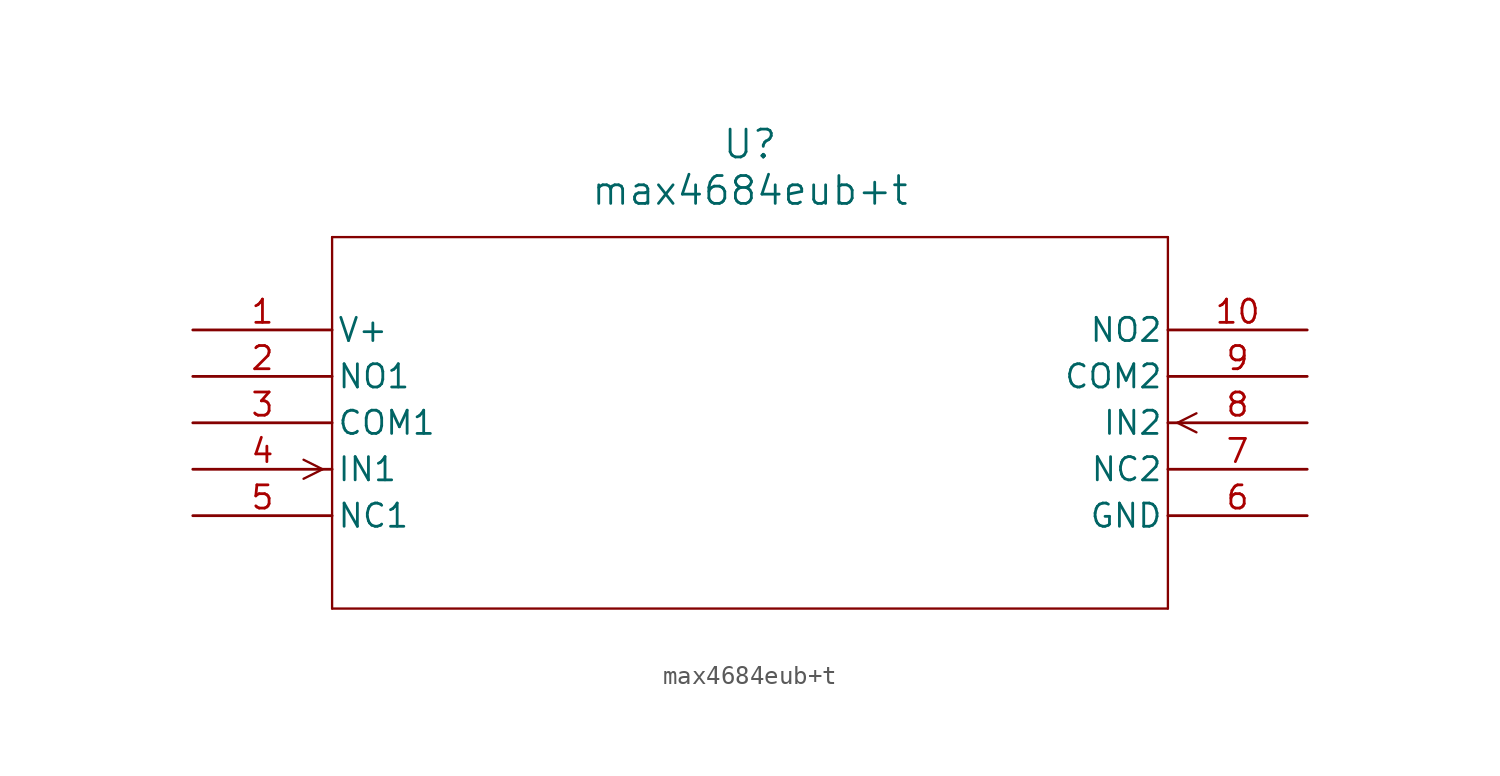
<source format=kicad_sym>
(kicad_symbol_lib
  (version 20211014)
  (generator kicad_symbol_editor)
  (symbol "max4684eub+t"
    (pin_names
      (offset 0.254))
    (property "Reference" "U"
      (at 30.48 10.16 0)
      (effects (font (size 1.524 1.524))))
    (property "Value" "max4684eub+t"
      (at 30.48 7.62 0)
      (effects (font (size 1.524 1.524))))
    (symbol "max4684eub+t_0_1"
      (polyline (pts (xy 7.099 -7.62) (xy 6.058 -7.099)) (stroke (width 0.127) (type default) (color 0 0 0 0)) (fill (type none)))
      (polyline (pts (xy 7.099 -7.62) (xy 6.058 -8.141)) (stroke (width 0.127) (type default) (color 0 0 0 0)) (fill (type none)))
      (polyline (pts (xy 53.861 -5.08) (xy 54.902 -4.559)) (stroke (width 0.127) (type default) (color 0 0 0 0)) (fill (type none)))
      (polyline (pts (xy 53.861 -5.08) (xy 54.902 -5.601)) (stroke (width 0.127) (type default) (color 0 0 0 0)) (fill (type none)))
      (polyline (pts (xy 7.62 5.08) (xy 7.62 -15.24)) (stroke (width 0.127) (type default) (color 0 0 0 0)) (fill (type none)))
      (polyline (pts (xy 7.62 -15.24) (xy 53.34 -15.24)) (stroke (width 0.127) (type default) (color 0 0 0 0)) (fill (type none)))
      (polyline (pts (xy 53.34 -15.24) (xy 53.34 5.08)) (stroke (width 0.127) (type default) (color 0 0 0 0)) (fill (type none)))
      (polyline (pts (xy 53.34 5.08) (xy 7.62 5.08)) (stroke (width 0.127) (type default) (color 0 0 0 0)) (fill (type none)))
      (pin power_in line (at 0 0 0) (length 7.62) (name "V+" (effects (font (size 1.27 1.27)))) (number "1" (effects (font (size 1.27 1.27)))))
      (pin unspecified line (at 0 -2.54 0) (length 7.62) (name "NO1" (effects (font (size 1.27 1.27)))) (number "2" (effects (font (size 1.27 1.27)))))
      (pin unspecified line (at 0 -5.08 0) (length 7.62) (name "COM1" (effects (font (size 1.27 1.27)))) (number "3" (effects (font (size 1.27 1.27)))))
      (pin input line (at 0 -7.62 0) (length 7.62) (name "IN1" (effects (font (size 1.27 1.27)))) (number "4" (effects (font (size 1.27 1.27)))))
      (pin unspecified line (at 0 -10.16 0) (length 7.62) (name "NC1" (effects (font (size 1.27 1.27)))) (number "5" (effects (font (size 1.27 1.27)))))
      (pin power_in line (at 60.96 -10.16 180) (length 7.62) (name "GND" (effects (font (size 1.27 1.27)))) (number "6" (effects (font (size 1.27 1.27)))))
      (pin unspecified line (at 60.96 -7.62 180) (length 7.62) (name "NC2" (effects (font (size 1.27 1.27)))) (number "7" (effects (font (size 1.27 1.27)))))
      (pin input line (at 60.96 -5.08 180) (length 7.62) (name "IN2" (effects (font (size 1.27 1.27)))) (number "8" (effects (font (size 1.27 1.27)))))
      (pin unspecified line (at 60.96 -2.54 180) (length 7.62) (name "COM2" (effects (font (size 1.27 1.27)))) (number "9" (effects (font (size 1.27 1.27)))))
      (pin unspecified line (at 60.96 0 180) (length 7.62) (name "NO2" (effects (font (size 1.27 1.27)))) (number "10" (effects (font (size 1.27 1.27))))))))
</source>
